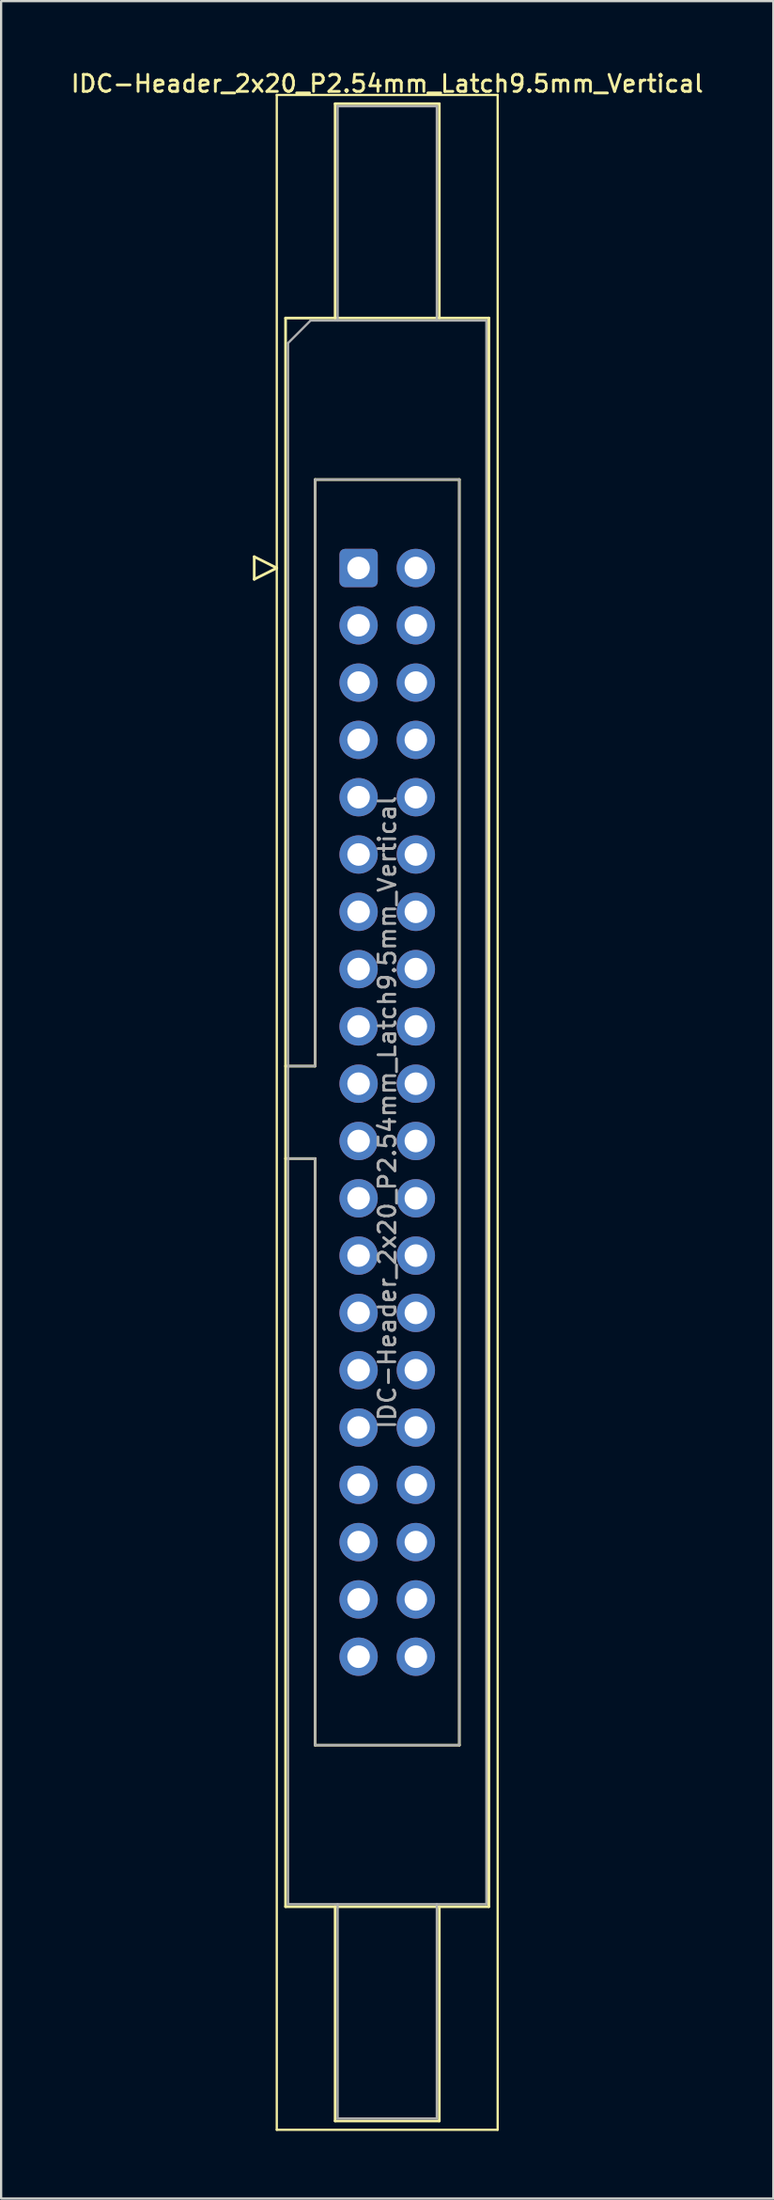
<source format=kicad_pcb>
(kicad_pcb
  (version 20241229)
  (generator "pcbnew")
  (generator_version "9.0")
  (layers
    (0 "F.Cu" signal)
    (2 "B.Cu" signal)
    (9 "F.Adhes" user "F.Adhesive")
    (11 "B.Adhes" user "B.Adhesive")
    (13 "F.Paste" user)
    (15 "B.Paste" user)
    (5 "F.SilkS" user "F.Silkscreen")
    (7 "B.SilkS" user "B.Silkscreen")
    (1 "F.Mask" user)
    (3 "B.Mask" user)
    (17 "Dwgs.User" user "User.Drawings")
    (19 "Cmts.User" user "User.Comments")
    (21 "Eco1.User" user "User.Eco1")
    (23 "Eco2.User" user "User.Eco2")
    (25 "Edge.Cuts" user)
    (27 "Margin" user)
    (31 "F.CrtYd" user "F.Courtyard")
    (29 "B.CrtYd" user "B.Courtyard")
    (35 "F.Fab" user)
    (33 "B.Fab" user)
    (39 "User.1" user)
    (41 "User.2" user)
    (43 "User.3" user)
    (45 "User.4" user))
  (footprint "IDC-Header_2x20_P2.54mm_Latch9.5mm_Vertical"
    (layer "F.Cu")
    (at 12.86 22.128)
    (property "Reference" "IDC-Header_2x20_P2.54mm_Latch9.5mm_Vertical" (at 1.27 -21.47 0) (layer "F.SilkS") (effects (font (size 0.75 0.75) (thickness 0.125))))
    (attr through_hole)
    (fp_line (start -4.63 -0.5) (end -4.63 0.5) (stroke (width 0.12) (type solid)) (layer "F.SilkS"))
    (fp_line (start -4.63 0.5) (end -3.63 0) (stroke (width 0.12) (type solid)) (layer "F.SilkS"))
    (fp_line (start -3.63 -20.97) (end -3.63 69.23) (stroke (width 0.1) (type solid)) (layer "F.SilkS"))
    (fp_line (start -3.63 0) (end -4.63 -0.5) (stroke (width 0.12) (type solid)) (layer "F.SilkS"))
    (fp_line (start -3.63 69.23) (end 6.17 69.23) (stroke (width 0.1) (type solid)) (layer "F.SilkS"))
    (fp_line (start -3.24 -11.08) (end 5.78 -11.08) (stroke (width 0.12) (type solid)) (layer "F.SilkS"))
    (fp_line (start -3.24 22.08) (end -1.93 22.08) (stroke (width 0.12) (type solid)) (layer "F.SilkS"))
    (fp_line (start -3.24 59.34) (end -3.24 -11.08) (stroke (width 0.12) (type solid)) (layer "F.SilkS"))
    (fp_line (start -1.93 -3.92) (end 4.47 -3.92) (stroke (width 0.12) (type solid)) (layer "F.SilkS"))
    (fp_line (start -1.93 22.08) (end -1.93 -3.92) (stroke (width 0.12) (type solid)) (layer "F.SilkS"))
    (fp_line (start -1.93 26.18) (end -3.24 26.18) (stroke (width 0.12) (type solid)) (layer "F.SilkS"))
    (fp_line (start -1.93 26.18) (end -1.93 26.18) (stroke (width 0.12) (type solid)) (layer "F.SilkS"))
    (fp_line (start -1.93 52.18) (end -1.93 26.18) (stroke (width 0.12) (type solid)) (layer "F.SilkS"))
    (fp_line (start -1.04 -20.58) (end 3.58 -20.58) (stroke (width 0.12) (type solid)) (layer "F.SilkS"))
    (fp_line (start -1.04 -11.08) (end -1.04 -20.58) (stroke (width 0.12) (type solid)) (layer "F.SilkS"))
    (fp_line (start -1.04 59.34) (end -1.04 68.84) (stroke (width 0.12) (type solid)) (layer "F.SilkS"))
    (fp_line (start -1.04 68.84) (end 3.58 68.84) (stroke (width 0.12) (type solid)) (layer "F.SilkS"))
    (fp_line (start 3.58 -20.58) (end 3.58 -11.08) (stroke (width 0.12) (type solid)) (layer "F.SilkS"))
    (fp_line (start 3.58 68.84) (end 3.58 59.34) (stroke (width 0.12) (type solid)) (layer "F.SilkS"))
    (fp_line (start 4.47 -3.92) (end 4.47 52.18) (stroke (width 0.12) (type solid)) (layer "F.SilkS"))
    (fp_line (start 4.47 52.18) (end -1.93 52.18) (stroke (width 0.12) (type solid)) (layer "F.SilkS"))
    (fp_line (start 5.78 -11.08) (end 5.78 59.34) (stroke (width 0.12) (type solid)) (layer "F.SilkS"))
    (fp_line (start 5.78 59.34) (end -3.24 59.34) (stroke (width 0.12) (type solid)) (layer "F.SilkS"))
    (fp_line (start 6.17 -20.97) (end -3.63 -20.97) (stroke (width 0.1) (type solid)) (layer "F.SilkS"))
    (fp_line (start 6.17 69.23) (end 6.17 -20.97) (stroke (width 0.1) (type solid)) (layer "F.SilkS"))
    (fp_line (start -3.13 -9.97) (end -2.13 -10.97) (stroke (width 0.1) (type solid)) (layer "F.Fab"))
    (fp_line (start -3.13 22.08) (end -1.93 22.08) (stroke (width 0.1) (type solid)) (layer "F.Fab"))
    (fp_line (start -3.13 59.23) (end -3.13 -9.97) (stroke (width 0.1) (type solid)) (layer "F.Fab"))
    (fp_line (start -2.13 -10.97) (end 5.67 -10.97) (stroke (width 0.1) (type solid)) (layer "F.Fab"))
    (fp_line (start -1.93 -3.92) (end 4.47 -3.92) (stroke (width 0.1) (type solid)) (layer "F.Fab"))
    (fp_line (start -1.93 22.08) (end -1.93 -3.92) (stroke (width 0.1) (type solid)) (layer "F.Fab"))
    (fp_line (start -1.93 26.18) (end -3.13 26.18) (stroke (width 0.1) (type solid)) (layer "F.Fab"))
    (fp_line (start -1.93 26.18) (end -1.93 26.18) (stroke (width 0.1) (type solid)) (layer "F.Fab"))
    (fp_line (start -1.93 52.18) (end -1.93 26.18) (stroke (width 0.1) (type solid)) (layer "F.Fab"))
    (fp_line (start -0.93 -20.47) (end 3.47 -20.47) (stroke (width 0.1) (type solid)) (layer "F.Fab"))
    (fp_line (start -0.93 -10.97) (end -0.93 -20.47) (stroke (width 0.1) (type solid)) (layer "F.Fab"))
    (fp_line (start -0.93 59.23) (end -0.93 68.73) (stroke (width 0.1) (type solid)) (layer "F.Fab"))
    (fp_line (start -0.93 68.73) (end 3.47 68.73) (stroke (width 0.1) (type solid)) (layer "F.Fab"))
    (fp_line (start 3.47 -20.47) (end 3.47 -10.97) (stroke (width 0.1) (type solid)) (layer "F.Fab"))
    (fp_line (start 3.47 68.73) (end 3.47 59.23) (stroke (width 0.1) (type solid)) (layer "F.Fab"))
    (fp_line (start 4.47 -3.92) (end 4.47 52.18) (stroke (width 0.1) (type solid)) (layer "F.Fab"))
    (fp_line (start 4.47 52.18) (end -1.93 52.18) (stroke (width 0.1) (type solid)) (layer "F.Fab"))
    (fp_line (start 5.67 -10.97) (end 5.67 59.23) (stroke (width 0.1) (type solid)) (layer "F.Fab"))
    (fp_line (start 5.67 59.23) (end -3.13 59.23) (stroke (width 0.1) (type solid)) (layer "F.Fab"))
    (fp_text user "${REFERENCE}" (at 1.27 24.13 90) (layer "F.Fab") (effects (font (size 0.75 0.75) (thickness 0.125))))
    (pad "1" thru_hole roundrect (at 0 0) (size 1.7 1.7) (drill 1) (layers "*.Cu" "*.Mask") (roundrect_rratio 0.147))
    (pad "2" thru_hole circle (at 2.54 0) (size 1.7 1.7) (drill 1) (layers "*.Cu" "*.Mask"))
    (pad "3" thru_hole circle (at 0 2.54) (size 1.7 1.7) (drill 1) (layers "*.Cu" "*.Mask"))
    (pad "4" thru_hole circle (at 2.54 2.54) (size 1.7 1.7) (drill 1) (layers "*.Cu" "*.Mask"))
    (pad "5" thru_hole circle (at 0 5.08) (size 1.7 1.7) (drill 1) (layers "*.Cu" "*.Mask"))
    (pad "6" thru_hole circle (at 2.54 5.08) (size 1.7 1.7) (drill 1) (layers "*.Cu" "*.Mask"))
    (pad "7" thru_hole circle (at 0 7.62) (size 1.7 1.7) (drill 1) (layers "*.Cu" "*.Mask"))
    (pad "8" thru_hole circle (at 2.54 7.62) (size 1.7 1.7) (drill 1) (layers "*.Cu" "*.Mask"))
    (pad "9" thru_hole circle (at 0 10.16) (size 1.7 1.7) (drill 1) (layers "*.Cu" "*.Mask"))
    (pad "10" thru_hole circle (at 2.54 10.16) (size 1.7 1.7) (drill 1) (layers "*.Cu" "*.Mask"))
    (pad "11" thru_hole circle (at 0 12.7) (size 1.7 1.7) (drill 1) (layers "*.Cu" "*.Mask"))
    (pad "12" thru_hole circle (at 2.54 12.7) (size 1.7 1.7) (drill 1) (layers "*.Cu" "*.Mask"))
    (pad "13" thru_hole circle (at 0 15.24) (size 1.7 1.7) (drill 1) (layers "*.Cu" "*.Mask"))
    (pad "14" thru_hole circle (at 2.54 15.24) (size 1.7 1.7) (drill 1) (layers "*.Cu" "*.Mask"))
    (pad "15" thru_hole circle (at 0 17.78) (size 1.7 1.7) (drill 1) (layers "*.Cu" "*.Mask"))
    (pad "16" thru_hole circle (at 2.54 17.78) (size 1.7 1.7) (drill 1) (layers "*.Cu" "*.Mask"))
    (pad "17" thru_hole circle (at 0 20.32) (size 1.7 1.7) (drill 1) (layers "*.Cu" "*.Mask"))
    (pad "18" thru_hole circle (at 2.54 20.32) (size 1.7 1.7) (drill 1) (layers "*.Cu" "*.Mask"))
    (pad "19" thru_hole circle (at 0 22.86) (size 1.7 1.7) (drill 1) (layers "*.Cu" "*.Mask"))
    (pad "20" thru_hole circle (at 2.54 22.86) (size 1.7 1.7) (drill 1) (layers "*.Cu" "*.Mask"))
    (pad "21" thru_hole circle (at 0 25.4) (size 1.7 1.7) (drill 1) (layers "*.Cu" "*.Mask"))
    (pad "22" thru_hole circle (at 2.54 25.4) (size 1.7 1.7) (drill 1) (layers "*.Cu" "*.Mask"))
    (pad "23" thru_hole circle (at 0 27.94) (size 1.7 1.7) (drill 1) (layers "*.Cu" "*.Mask"))
    (pad "24" thru_hole circle (at 2.54 27.94) (size 1.7 1.7) (drill 1) (layers "*.Cu" "*.Mask"))
    (pad "25" thru_hole circle (at 0 30.48) (size 1.7 1.7) (drill 1) (layers "*.Cu" "*.Mask"))
    (pad "26" thru_hole circle (at 2.54 30.48) (size 1.7 1.7) (drill 1) (layers "*.Cu" "*.Mask"))
    (pad "27" thru_hole circle (at 0 33.02) (size 1.7 1.7) (drill 1) (layers "*.Cu" "*.Mask"))
    (pad "28" thru_hole circle (at 2.54 33.02) (size 1.7 1.7) (drill 1) (layers "*.Cu" "*.Mask"))
    (pad "29" thru_hole circle (at 0 35.56) (size 1.7 1.7) (drill 1) (layers "*.Cu" "*.Mask"))
    (pad "30" thru_hole circle (at 2.54 35.56) (size 1.7 1.7) (drill 1) (layers "*.Cu" "*.Mask"))
    (pad "31" thru_hole circle (at 0 38.1) (size 1.7 1.7) (drill 1) (layers "*.Cu" "*.Mask"))
    (pad "32" thru_hole circle (at 2.54 38.1) (size 1.7 1.7) (drill 1) (layers "*.Cu" "*.Mask"))
    (pad "33" thru_hole circle (at 0 40.64) (size 1.7 1.7) (drill 1) (layers "*.Cu" "*.Mask"))
    (pad "34" thru_hole circle (at 2.54 40.64) (size 1.7 1.7) (drill 1) (layers "*.Cu" "*.Mask"))
    (pad "35" thru_hole circle (at 0 43.18) (size 1.7 1.7) (drill 1) (layers "*.Cu" "*.Mask"))
    (pad "36" thru_hole circle (at 2.54 43.18) (size 1.7 1.7) (drill 1) (layers "*.Cu" "*.Mask"))
    (pad "37" thru_hole circle (at 0 45.72) (size 1.7 1.7) (drill 1) (layers "*.Cu" "*.Mask"))
    (pad "38" thru_hole circle (at 2.54 45.72) (size 1.7 1.7) (drill 1) (layers "*.Cu" "*.Mask"))
    (pad "39" thru_hole circle (at 0 48.26) (size 1.7 1.7) (drill 1) (layers "*.Cu" "*.Mask"))
    (pad "40" thru_hole circle (at 2.54 48.26) (size 1.7 1.7) (drill 1) (layers "*.Cu" "*.Mask")))
  (gr_rect
    (start -3 -3)
    (end 31.261 94.408)
    (stroke (width 0.1) (type default))
    (fill no)
    (layer "Edge.Cuts")))
</source>
